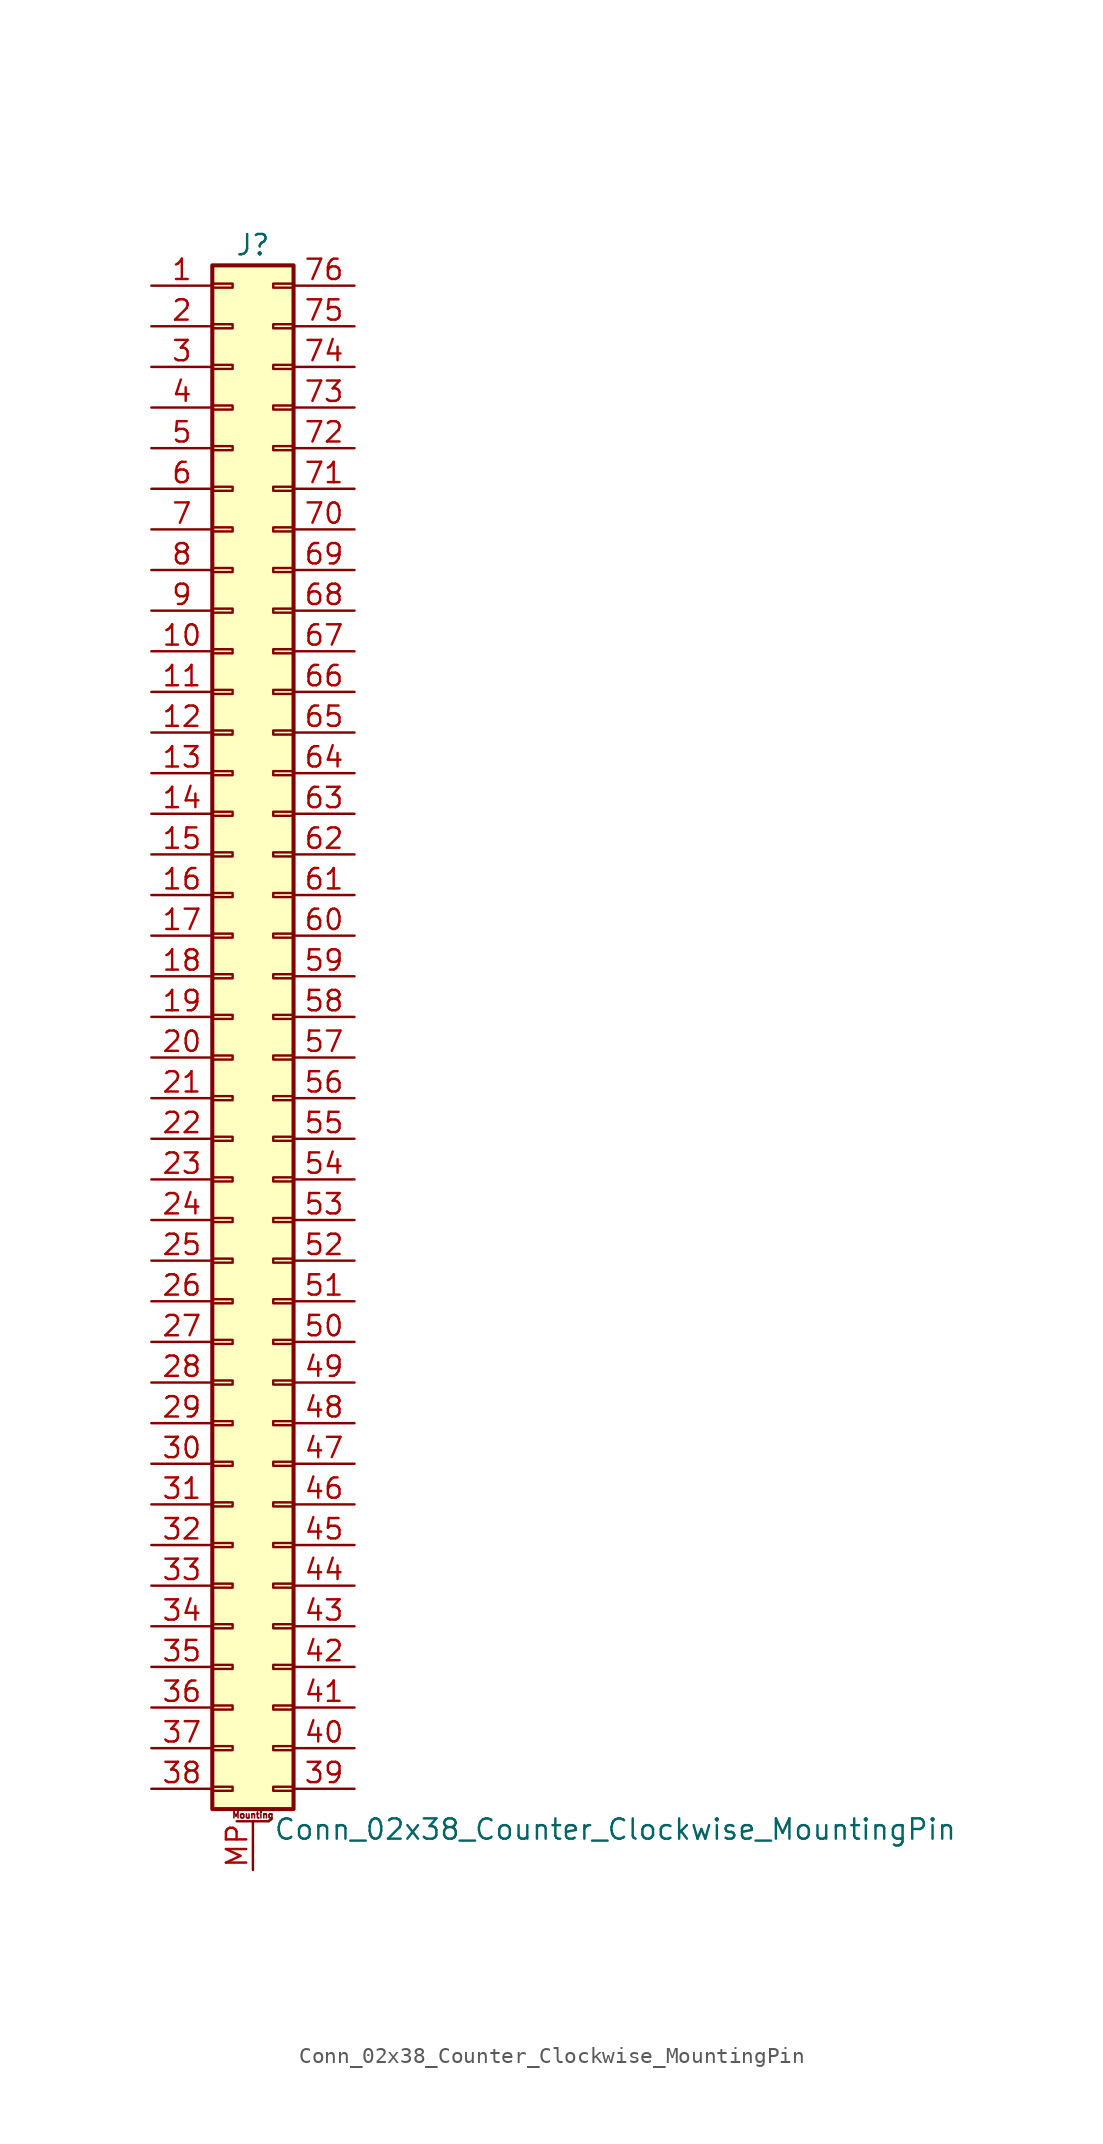
<source format=kicad_sym>
(kicad_symbol_lib
  (version 20201005)
  (generator kicad_symbol_editor)
  (symbol "Connector_Generic_MountingPin:Conn_02x38_Counter_Clockwise_MountingPin"
    (pin_names
      (offset 1.016) hide)
    (property "Reference" "J"
      (at 1.27 48.26 0)
      (effects (font (size 1.27 1.27))))
    (property "Value" "Conn_02x38_Counter_Clockwise_MountingPin"
      (at 2.54 -50.8 0)
      (effects (font (size 1.27 1.27)) (justify left)))
    (symbol "Conn_02x38_Counter_Clockwise_MountingPin_1_1"
      (text "Mounting" (at 1.27 -49.911 0) (effects (font (size 0.381 0.381))))
      (rectangle (start -1.27 -27.813) (end 0 -28.067) (stroke (width 0.152)) (fill (type none)))
      (rectangle (start -1.27 -30.353) (end 0 -30.607) (stroke (width 0.152)) (fill (type none)))
      (rectangle (start -1.27 -32.893) (end 0 -33.147) (stroke (width 0.152)) (fill (type none)))
      (rectangle (start -1.27 -35.433) (end 0 -35.687) (stroke (width 0.152)) (fill (type none)))
      (rectangle (start -1.27 -37.973) (end 0 -38.227) (stroke (width 0.152)) (fill (type none)))
      (rectangle (start -1.27 -40.513) (end 0 -40.767) (stroke (width 0.152)) (fill (type none)))
      (rectangle (start -1.27 -43.053) (end 0 -43.307) (stroke (width 0.152)) (fill (type none)))
      (rectangle (start -1.27 -45.593) (end 0 -45.847) (stroke (width 0.152)) (fill (type none)))
      (rectangle (start -1.27 -48.133) (end 0 -48.387) (stroke (width 0.152)) (fill (type none)))
      (rectangle (start -1.27 -4.953) (end 0 -5.207) (stroke (width 0.152)) (fill (type none)))
      (rectangle (start -1.27 -7.493) (end 0 -7.747) (stroke (width 0.152)) (fill (type none)))
      (rectangle (start -1.27 -10.033) (end 0 -10.287) (stroke (width 0.152)) (fill (type none)))
      (rectangle (start -1.27 -12.573) (end 0 -12.827) (stroke (width 0.152)) (fill (type none)))
      (rectangle (start -1.27 -15.113) (end 0 -15.367) (stroke (width 0.152)) (fill (type none)))
      (rectangle (start -1.27 -17.653) (end 0 -17.907) (stroke (width 0.152)) (fill (type none)))
      (rectangle (start -1.27 -20.193) (end 0 -20.447) (stroke (width 0.152)) (fill (type none)))
      (rectangle (start -1.27 -22.733) (end 0 -22.987) (stroke (width 0.152)) (fill (type none)))
      (rectangle (start -1.27 -2.413) (end 0 -2.667) (stroke (width 0.152)) (fill (type none)))
      (rectangle (start -1.27 -25.273) (end 0 -25.527) (stroke (width 0.152)) (fill (type none)))
      (rectangle (start -1.27 25.527) (end 0 25.273) (stroke (width 0.152)) (fill (type none)))
      (rectangle (start -1.27 2.667) (end 0 2.413) (stroke (width 0.152)) (fill (type none)))
      (rectangle (start -1.27 28.067) (end 0 27.813) (stroke (width 0.152)) (fill (type none)))
      (rectangle (start -1.27 30.607) (end 0 30.353) (stroke (width 0.152)) (fill (type none)))
      (rectangle (start -1.27 33.147) (end 0 32.893) (stroke (width 0.152)) (fill (type none)))
      (rectangle (start -1.27 35.687) (end 0 35.433) (stroke (width 0.152)) (fill (type none)))
      (rectangle (start -1.27 38.227) (end 0 37.973) (stroke (width 0.152)) (fill (type none)))
      (rectangle (start -1.27 40.767) (end 0 40.513) (stroke (width 0.152)) (fill (type none)))
      (rectangle (start -1.27 43.307) (end 0 43.053) (stroke (width 0.152)) (fill (type none)))
      (rectangle (start -1.27 45.847) (end 0 45.593) (stroke (width 0.152)) (fill (type none)))
      (rectangle (start -1.27 46.99) (end 3.81 -49.53) (stroke (width 0.254)) (fill (type background)))
      (rectangle (start -1.27 5.207) (end 0 4.953) (stroke (width 0.152)) (fill (type none)))
      (rectangle (start -1.27 7.747) (end 0 7.493) (stroke (width 0.152)) (fill (type none)))
      (rectangle (start -1.27 10.287) (end 0 10.033) (stroke (width 0.152)) (fill (type none)))
      (rectangle (start -1.27 0.127) (end 0 -0.127) (stroke (width 0.152)) (fill (type none)))
      (rectangle (start -1.27 12.827) (end 0 12.573) (stroke (width 0.152)) (fill (type none)))
      (rectangle (start -1.27 15.367) (end 0 15.113) (stroke (width 0.152)) (fill (type none)))
      (rectangle (start -1.27 17.907) (end 0 17.653) (stroke (width 0.152)) (fill (type none)))
      (rectangle (start -1.27 20.447) (end 0 20.193) (stroke (width 0.152)) (fill (type none)))
      (rectangle (start -1.27 22.987) (end 0 22.733) (stroke (width 0.152)) (fill (type none)))
      (rectangle (start 3.81 -27.813) (end 2.54 -28.067) (stroke (width 0.152)) (fill (type none)))
      (rectangle (start 3.81 -30.353) (end 2.54 -30.607) (stroke (width 0.152)) (fill (type none)))
      (rectangle (start 3.81 -32.893) (end 2.54 -33.147) (stroke (width 0.152)) (fill (type none)))
      (rectangle (start 3.81 -35.433) (end 2.54 -35.687) (stroke (width 0.152)) (fill (type none)))
      (rectangle (start 3.81 -37.973) (end 2.54 -38.227) (stroke (width 0.152)) (fill (type none)))
      (rectangle (start 3.81 -40.513) (end 2.54 -40.767) (stroke (width 0.152)) (fill (type none)))
      (rectangle (start 3.81 -43.053) (end 2.54 -43.307) (stroke (width 0.152)) (fill (type none)))
      (rectangle (start 3.81 -45.593) (end 2.54 -45.847) (stroke (width 0.152)) (fill (type none)))
      (rectangle (start 3.81 -48.133) (end 2.54 -48.387) (stroke (width 0.152)) (fill (type none)))
      (rectangle (start 3.81 -4.953) (end 2.54 -5.207) (stroke (width 0.152)) (fill (type none)))
      (rectangle (start 3.81 -7.493) (end 2.54 -7.747) (stroke (width 0.152)) (fill (type none)))
      (rectangle (start 3.81 -10.033) (end 2.54 -10.287) (stroke (width 0.152)) (fill (type none)))
      (rectangle (start 3.81 -12.573) (end 2.54 -12.827) (stroke (width 0.152)) (fill (type none)))
      (rectangle (start 3.81 -15.113) (end 2.54 -15.367) (stroke (width 0.152)) (fill (type none)))
      (rectangle (start 3.81 -17.653) (end 2.54 -17.907) (stroke (width 0.152)) (fill (type none)))
      (rectangle (start 3.81 -20.193) (end 2.54 -20.447) (stroke (width 0.152)) (fill (type none)))
      (rectangle (start 3.81 -22.733) (end 2.54 -22.987) (stroke (width 0.152)) (fill (type none)))
      (rectangle (start 3.81 -2.413) (end 2.54 -2.667) (stroke (width 0.152)) (fill (type none)))
      (rectangle (start 3.81 -25.273) (end 2.54 -25.527) (stroke (width 0.152)) (fill (type none)))
      (rectangle (start 3.81 25.527) (end 2.54 25.273) (stroke (width 0.152)) (fill (type none)))
      (rectangle (start 3.81 2.667) (end 2.54 2.413) (stroke (width 0.152)) (fill (type none)))
      (rectangle (start 3.81 28.067) (end 2.54 27.813) (stroke (width 0.152)) (fill (type none)))
      (rectangle (start 3.81 30.607) (end 2.54 30.353) (stroke (width 0.152)) (fill (type none)))
      (rectangle (start 3.81 33.147) (end 2.54 32.893) (stroke (width 0.152)) (fill (type none)))
      (rectangle (start 3.81 35.687) (end 2.54 35.433) (stroke (width 0.152)) (fill (type none)))
      (rectangle (start 3.81 38.227) (end 2.54 37.973) (stroke (width 0.152)) (fill (type none)))
      (rectangle (start 3.81 40.767) (end 2.54 40.513) (stroke (width 0.152)) (fill (type none)))
      (rectangle (start 3.81 43.307) (end 2.54 43.053) (stroke (width 0.152)) (fill (type none)))
      (rectangle (start 3.81 45.847) (end 2.54 45.593) (stroke (width 0.152)) (fill (type none)))
      (rectangle (start 3.81 5.207) (end 2.54 4.953) (stroke (width 0.152)) (fill (type none)))
      (rectangle (start 3.81 7.747) (end 2.54 7.493) (stroke (width 0.152)) (fill (type none)))
      (rectangle (start 3.81 10.287) (end 2.54 10.033) (stroke (width 0.152)) (fill (type none)))
      (rectangle (start 3.81 0.127) (end 2.54 -0.127) (stroke (width 0.152)) (fill (type none)))
      (rectangle (start 3.81 12.827) (end 2.54 12.573) (stroke (width 0.152)) (fill (type none)))
      (rectangle (start 3.81 15.367) (end 2.54 15.113) (stroke (width 0.152)) (fill (type none)))
      (rectangle (start 3.81 17.907) (end 2.54 17.653) (stroke (width 0.152)) (fill (type none)))
      (rectangle (start 3.81 20.447) (end 2.54 20.193) (stroke (width 0.152)) (fill (type none)))
      (rectangle (start 3.81 22.987) (end 2.54 22.733) (stroke (width 0.152)) (fill (type none)))
      (polyline (pts (xy 0.254 -50.292) (xy 2.286 -50.292)) (stroke (width 0.152)) (fill (type none)))
      (pin passive line (at 1.27 -53.34 90) (length 3.048) (name "MountPin" (effects (font (size 1.27 1.27)))) (number "MP" (effects (font (size 1.27 1.27)))))
      (pin passive line (at -5.08 45.72 0) (length 3.81) (name "Pin_1" (effects (font (size 1.27 1.27)))) (number "1" (effects (font (size 1.27 1.27)))))
      (pin passive line (at -5.08 22.86 0) (length 3.81) (name "Pin_10" (effects (font (size 1.27 1.27)))) (number "10" (effects (font (size 1.27 1.27)))))
      (pin passive line (at -5.08 20.32 0) (length 3.81) (name "Pin_11" (effects (font (size 1.27 1.27)))) (number "11" (effects (font (size 1.27 1.27)))))
      (pin passive line (at -5.08 17.78 0) (length 3.81) (name "Pin_12" (effects (font (size 1.27 1.27)))) (number "12" (effects (font (size 1.27 1.27)))))
      (pin passive line (at -5.08 15.24 0) (length 3.81) (name "Pin_13" (effects (font (size 1.27 1.27)))) (number "13" (effects (font (size 1.27 1.27)))))
      (pin passive line (at -5.08 12.7 0) (length 3.81) (name "Pin_14" (effects (font (size 1.27 1.27)))) (number "14" (effects (font (size 1.27 1.27)))))
      (pin passive line (at -5.08 10.16 0) (length 3.81) (name "Pin_15" (effects (font (size 1.27 1.27)))) (number "15" (effects (font (size 1.27 1.27)))))
      (pin passive line (at -5.08 7.62 0) (length 3.81) (name "Pin_16" (effects (font (size 1.27 1.27)))) (number "16" (effects (font (size 1.27 1.27)))))
      (pin passive line (at -5.08 5.08 0) (length 3.81) (name "Pin_17" (effects (font (size 1.27 1.27)))) (number "17" (effects (font (size 1.27 1.27)))))
      (pin passive line (at -5.08 2.54 0) (length 3.81) (name "Pin_18" (effects (font (size 1.27 1.27)))) (number "18" (effects (font (size 1.27 1.27)))))
      (pin passive line (at -5.08 0 0) (length 3.81) (name "Pin_19" (effects (font (size 1.27 1.27)))) (number "19" (effects (font (size 1.27 1.27)))))
      (pin passive line (at -5.08 43.18 0) (length 3.81) (name "Pin_2" (effects (font (size 1.27 1.27)))) (number "2" (effects (font (size 1.27 1.27)))))
      (pin passive line (at -5.08 -2.54 0) (length 3.81) (name "Pin_20" (effects (font (size 1.27 1.27)))) (number "20" (effects (font (size 1.27 1.27)))))
      (pin passive line (at -5.08 -5.08 0) (length 3.81) (name "Pin_21" (effects (font (size 1.27 1.27)))) (number "21" (effects (font (size 1.27 1.27)))))
      (pin passive line (at -5.08 -7.62 0) (length 3.81) (name "Pin_22" (effects (font (size 1.27 1.27)))) (number "22" (effects (font (size 1.27 1.27)))))
      (pin passive line (at -5.08 -10.16 0) (length 3.81) (name "Pin_23" (effects (font (size 1.27 1.27)))) (number "23" (effects (font (size 1.27 1.27)))))
      (pin passive line (at -5.08 -12.7 0) (length 3.81) (name "Pin_24" (effects (font (size 1.27 1.27)))) (number "24" (effects (font (size 1.27 1.27)))))
      (pin passive line (at -5.08 -15.24 0) (length 3.81) (name "Pin_25" (effects (font (size 1.27 1.27)))) (number "25" (effects (font (size 1.27 1.27)))))
      (pin passive line (at -5.08 -17.78 0) (length 3.81) (name "Pin_26" (effects (font (size 1.27 1.27)))) (number "26" (effects (font (size 1.27 1.27)))))
      (pin passive line (at -5.08 -20.32 0) (length 3.81) (name "Pin_27" (effects (font (size 1.27 1.27)))) (number "27" (effects (font (size 1.27 1.27)))))
      (pin passive line (at -5.08 -22.86 0) (length 3.81) (name "Pin_28" (effects (font (size 1.27 1.27)))) (number "28" (effects (font (size 1.27 1.27)))))
      (pin passive line (at -5.08 -25.4 0) (length 3.81) (name "Pin_29" (effects (font (size 1.27 1.27)))) (number "29" (effects (font (size 1.27 1.27)))))
      (pin passive line (at -5.08 40.64 0) (length 3.81) (name "Pin_3" (effects (font (size 1.27 1.27)))) (number "3" (effects (font (size 1.27 1.27)))))
      (pin passive line (at -5.08 -27.94 0) (length 3.81) (name "Pin_30" (effects (font (size 1.27 1.27)))) (number "30" (effects (font (size 1.27 1.27)))))
      (pin passive line (at -5.08 -30.48 0) (length 3.81) (name "Pin_31" (effects (font (size 1.27 1.27)))) (number "31" (effects (font (size 1.27 1.27)))))
      (pin passive line (at -5.08 -33.02 0) (length 3.81) (name "Pin_32" (effects (font (size 1.27 1.27)))) (number "32" (effects (font (size 1.27 1.27)))))
      (pin passive line (at -5.08 -35.56 0) (length 3.81) (name "Pin_33" (effects (font (size 1.27 1.27)))) (number "33" (effects (font (size 1.27 1.27)))))
      (pin passive line (at -5.08 -38.1 0) (length 3.81) (name "Pin_34" (effects (font (size 1.27 1.27)))) (number "34" (effects (font (size 1.27 1.27)))))
      (pin passive line (at -5.08 -40.64 0) (length 3.81) (name "Pin_35" (effects (font (size 1.27 1.27)))) (number "35" (effects (font (size 1.27 1.27)))))
      (pin passive line (at -5.08 -43.18 0) (length 3.81) (name "Pin_36" (effects (font (size 1.27 1.27)))) (number "36" (effects (font (size 1.27 1.27)))))
      (pin passive line (at -5.08 -45.72 0) (length 3.81) (name "Pin_37" (effects (font (size 1.27 1.27)))) (number "37" (effects (font (size 1.27 1.27)))))
      (pin passive line (at -5.08 -48.26 0) (length 3.81) (name "Pin_38" (effects (font (size 1.27 1.27)))) (number "38" (effects (font (size 1.27 1.27)))))
      (pin passive line (at 7.62 -48.26 180) (length 3.81) (name "Pin_39" (effects (font (size 1.27 1.27)))) (number "39" (effects (font (size 1.27 1.27)))))
      (pin passive line (at -5.08 38.1 0) (length 3.81) (name "Pin_4" (effects (font (size 1.27 1.27)))) (number "4" (effects (font (size 1.27 1.27)))))
      (pin passive line (at 7.62 -45.72 180) (length 3.81) (name "Pin_40" (effects (font (size 1.27 1.27)))) (number "40" (effects (font (size 1.27 1.27)))))
      (pin passive line (at 7.62 -43.18 180) (length 3.81) (name "Pin_41" (effects (font (size 1.27 1.27)))) (number "41" (effects (font (size 1.27 1.27)))))
      (pin passive line (at 7.62 -40.64 180) (length 3.81) (name "Pin_42" (effects (font (size 1.27 1.27)))) (number "42" (effects (font (size 1.27 1.27)))))
      (pin passive line (at 7.62 -38.1 180) (length 3.81) (name "Pin_43" (effects (font (size 1.27 1.27)))) (number "43" (effects (font (size 1.27 1.27)))))
      (pin passive line (at 7.62 -35.56 180) (length 3.81) (name "Pin_44" (effects (font (size 1.27 1.27)))) (number "44" (effects (font (size 1.27 1.27)))))
      (pin passive line (at 7.62 -33.02 180) (length 3.81) (name "Pin_45" (effects (font (size 1.27 1.27)))) (number "45" (effects (font (size 1.27 1.27)))))
      (pin passive line (at 7.62 -30.48 180) (length 3.81) (name "Pin_46" (effects (font (size 1.27 1.27)))) (number "46" (effects (font (size 1.27 1.27)))))
      (pin passive line (at 7.62 -27.94 180) (length 3.81) (name "Pin_47" (effects (font (size 1.27 1.27)))) (number "47" (effects (font (size 1.27 1.27)))))
      (pin passive line (at 7.62 -25.4 180) (length 3.81) (name "Pin_48" (effects (font (size 1.27 1.27)))) (number "48" (effects (font (size 1.27 1.27)))))
      (pin passive line (at 7.62 -22.86 180) (length 3.81) (name "Pin_49" (effects (font (size 1.27 1.27)))) (number "49" (effects (font (size 1.27 1.27)))))
      (pin passive line (at -5.08 35.56 0) (length 3.81) (name "Pin_5" (effects (font (size 1.27 1.27)))) (number "5" (effects (font (size 1.27 1.27)))))
      (pin passive line (at 7.62 -20.32 180) (length 3.81) (name "Pin_50" (effects (font (size 1.27 1.27)))) (number "50" (effects (font (size 1.27 1.27)))))
      (pin passive line (at 7.62 -17.78 180) (length 3.81) (name "Pin_51" (effects (font (size 1.27 1.27)))) (number "51" (effects (font (size 1.27 1.27)))))
      (pin passive line (at 7.62 -15.24 180) (length 3.81) (name "Pin_52" (effects (font (size 1.27 1.27)))) (number "52" (effects (font (size 1.27 1.27)))))
      (pin passive line (at 7.62 -12.7 180) (length 3.81) (name "Pin_53" (effects (font (size 1.27 1.27)))) (number "53" (effects (font (size 1.27 1.27)))))
      (pin passive line (at 7.62 -10.16 180) (length 3.81) (name "Pin_54" (effects (font (size 1.27 1.27)))) (number "54" (effects (font (size 1.27 1.27)))))
      (pin passive line (at 7.62 -7.62 180) (length 3.81) (name "Pin_55" (effects (font (size 1.27 1.27)))) (number "55" (effects (font (size 1.27 1.27)))))
      (pin passive line (at 7.62 -5.08 180) (length 3.81) (name "Pin_56" (effects (font (size 1.27 1.27)))) (number "56" (effects (font (size 1.27 1.27)))))
      (pin passive line (at 7.62 -2.54 180) (length 3.81) (name "Pin_57" (effects (font (size 1.27 1.27)))) (number "57" (effects (font (size 1.27 1.27)))))
      (pin passive line (at 7.62 0 180) (length 3.81) (name "Pin_58" (effects (font (size 1.27 1.27)))) (number "58" (effects (font (size 1.27 1.27)))))
      (pin passive line (at 7.62 2.54 180) (length 3.81) (name "Pin_59" (effects (font (size 1.27 1.27)))) (number "59" (effects (font (size 1.27 1.27)))))
      (pin passive line (at -5.08 33.02 0) (length 3.81) (name "Pin_6" (effects (font (size 1.27 1.27)))) (number "6" (effects (font (size 1.27 1.27)))))
      (pin passive line (at 7.62 5.08 180) (length 3.81) (name "Pin_60" (effects (font (size 1.27 1.27)))) (number "60" (effects (font (size 1.27 1.27)))))
      (pin passive line (at 7.62 7.62 180) (length 3.81) (name "Pin_61" (effects (font (size 1.27 1.27)))) (number "61" (effects (font (size 1.27 1.27)))))
      (pin passive line (at 7.62 10.16 180) (length 3.81) (name "Pin_62" (effects (font (size 1.27 1.27)))) (number "62" (effects (font (size 1.27 1.27)))))
      (pin passive line (at 7.62 12.7 180) (length 3.81) (name "Pin_63" (effects (font (size 1.27 1.27)))) (number "63" (effects (font (size 1.27 1.27)))))
      (pin passive line (at 7.62 15.24 180) (length 3.81) (name "Pin_64" (effects (font (size 1.27 1.27)))) (number "64" (effects (font (size 1.27 1.27)))))
      (pin passive line (at 7.62 17.78 180) (length 3.81) (name "Pin_65" (effects (font (size 1.27 1.27)))) (number "65" (effects (font (size 1.27 1.27)))))
      (pin passive line (at 7.62 20.32 180) (length 3.81) (name "Pin_66" (effects (font (size 1.27 1.27)))) (number "66" (effects (font (size 1.27 1.27)))))
      (pin passive line (at 7.62 22.86 180) (length 3.81) (name "Pin_67" (effects (font (size 1.27 1.27)))) (number "67" (effects (font (size 1.27 1.27)))))
      (pin passive line (at 7.62 25.4 180) (length 3.81) (name "Pin_68" (effects (font (size 1.27 1.27)))) (number "68" (effects (font (size 1.27 1.27)))))
      (pin passive line (at 7.62 27.94 180) (length 3.81) (name "Pin_69" (effects (font (size 1.27 1.27)))) (number "69" (effects (font (size 1.27 1.27)))))
      (pin passive line (at -5.08 30.48 0) (length 3.81) (name "Pin_7" (effects (font (size 1.27 1.27)))) (number "7" (effects (font (size 1.27 1.27)))))
      (pin passive line (at 7.62 30.48 180) (length 3.81) (name "Pin_70" (effects (font (size 1.27 1.27)))) (number "70" (effects (font (size 1.27 1.27)))))
      (pin passive line (at 7.62 33.02 180) (length 3.81) (name "Pin_71" (effects (font (size 1.27 1.27)))) (number "71" (effects (font (size 1.27 1.27)))))
      (pin passive line (at 7.62 35.56 180) (length 3.81) (name "Pin_72" (effects (font (size 1.27 1.27)))) (number "72" (effects (font (size 1.27 1.27)))))
      (pin passive line (at 7.62 38.1 180) (length 3.81) (name "Pin_73" (effects (font (size 1.27 1.27)))) (number "73" (effects (font (size 1.27 1.27)))))
      (pin passive line (at 7.62 40.64 180) (length 3.81) (name "Pin_74" (effects (font (size 1.27 1.27)))) (number "74" (effects (font (size 1.27 1.27)))))
      (pin passive line (at 7.62 43.18 180) (length 3.81) (name "Pin_75" (effects (font (size 1.27 1.27)))) (number "75" (effects (font (size 1.27 1.27)))))
      (pin passive line (at 7.62 45.72 180) (length 3.81) (name "Pin_76" (effects (font (size 1.27 1.27)))) (number "76" (effects (font (size 1.27 1.27)))))
      (pin passive line (at -5.08 27.94 0) (length 3.81) (name "Pin_8" (effects (font (size 1.27 1.27)))) (number "8" (effects (font (size 1.27 1.27)))))
      (pin passive line (at -5.08 25.4 0) (length 3.81) (name "Pin_9" (effects (font (size 1.27 1.27)))) (number "9" (effects (font (size 1.27 1.27))))))))
</source>
